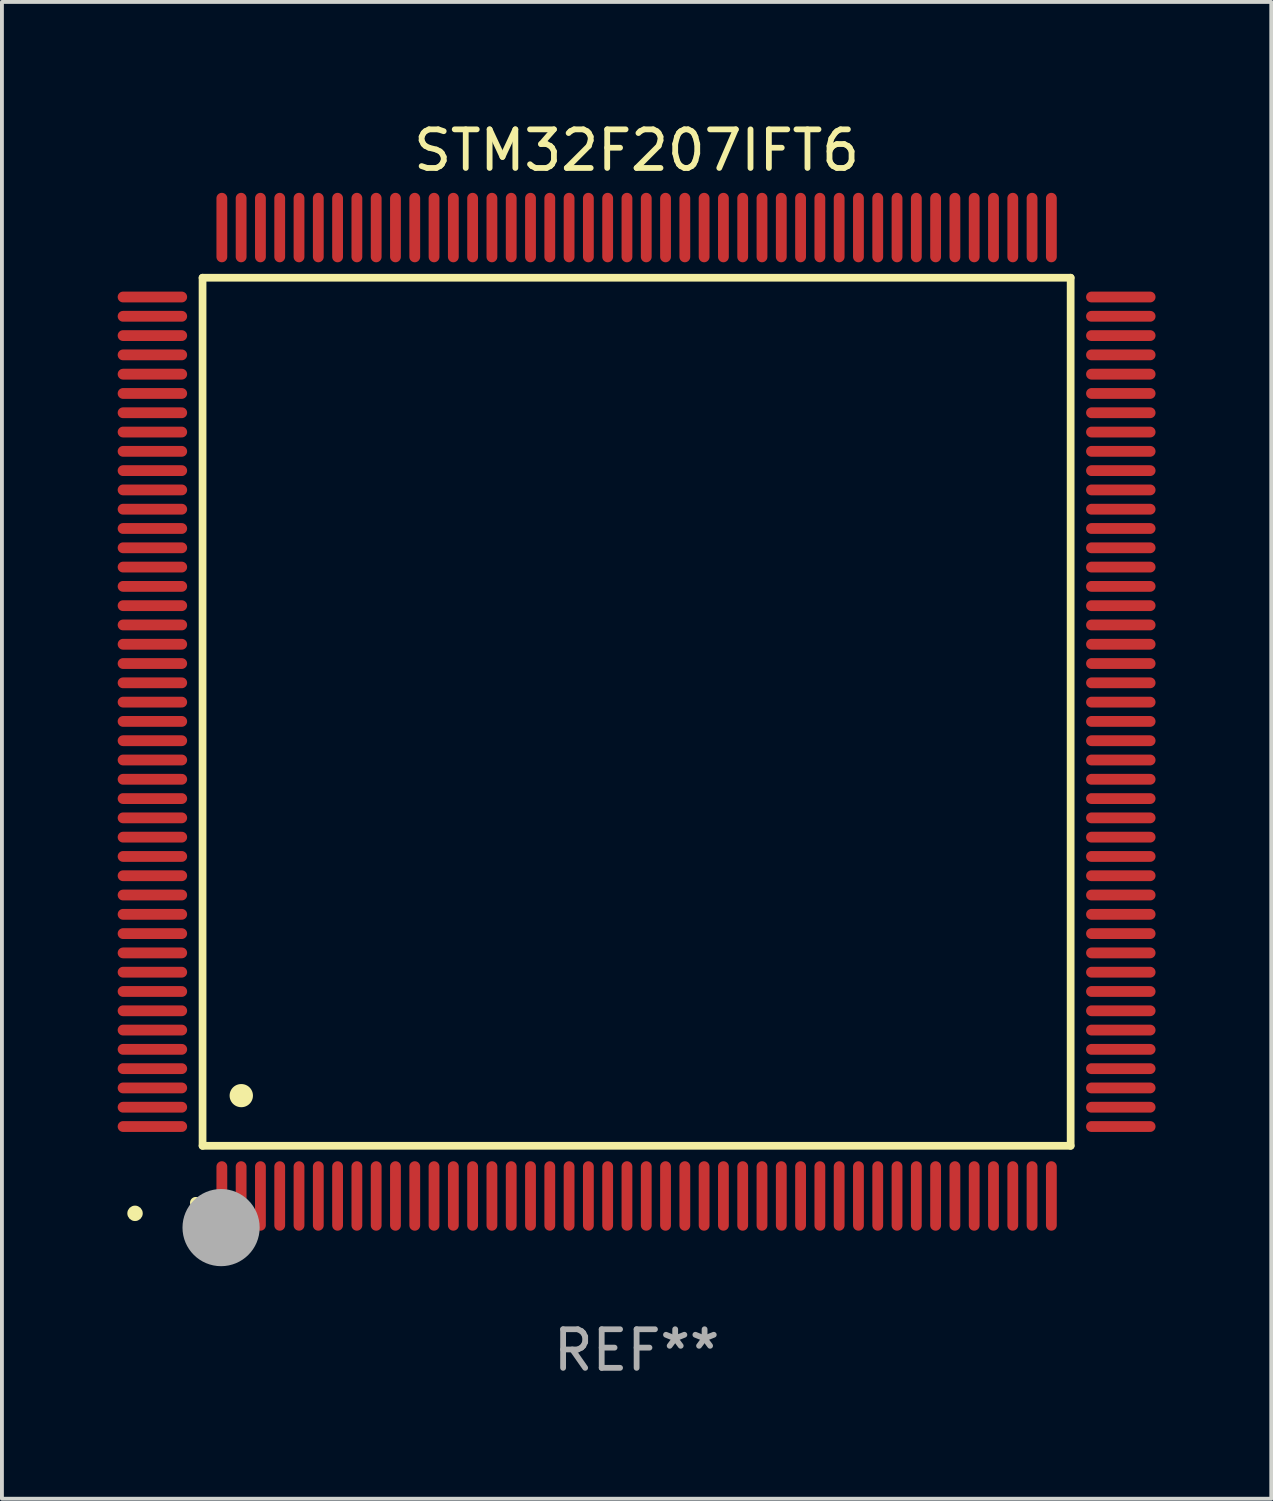
<source format=kicad_pcb>
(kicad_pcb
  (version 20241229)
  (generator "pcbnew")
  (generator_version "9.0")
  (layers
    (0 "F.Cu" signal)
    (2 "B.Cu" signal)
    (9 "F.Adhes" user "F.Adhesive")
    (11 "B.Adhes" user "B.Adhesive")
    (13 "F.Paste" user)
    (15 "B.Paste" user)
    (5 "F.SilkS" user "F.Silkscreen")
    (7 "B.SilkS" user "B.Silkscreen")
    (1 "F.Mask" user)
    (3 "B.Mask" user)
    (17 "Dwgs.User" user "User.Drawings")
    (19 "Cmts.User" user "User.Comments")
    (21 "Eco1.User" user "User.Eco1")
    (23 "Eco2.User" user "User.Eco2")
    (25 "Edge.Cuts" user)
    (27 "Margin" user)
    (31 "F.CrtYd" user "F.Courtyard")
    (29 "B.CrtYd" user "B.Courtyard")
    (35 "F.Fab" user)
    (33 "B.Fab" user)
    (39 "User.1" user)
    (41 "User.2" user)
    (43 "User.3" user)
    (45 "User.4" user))
  (footprint "STM32F207IFT6"
    (layer "F.Cu")
    (at 13.45 15.398)
    (property "Reference" "STM32F207IFT6" (at 0 -14.55 0) (layer "F.SilkS") (effects (font (size 1 1) (thickness 0.15))))
    (attr through_hole)
    (fp_line (start -11.25 -11.25) (end 11.25 -11.25) (stroke (width 0.2) (type solid)) (layer "F.SilkS"))
    (fp_line (start -11.25 11.25) (end -11.25 -11.25) (stroke (width 0.2) (type solid)) (layer "F.SilkS"))
    (fp_line (start 11.25 -11.25) (end 11.25 11.25) (stroke (width 0.2) (type solid)) (layer "F.SilkS"))
    (fp_line (start 11.25 11.25) (end -11.25 11.25) (stroke (width 0.2) (type solid)) (layer "F.SilkS"))
    (fp_arc (start -11.424943 12.725425) (mid -11.423673 12.72542) (end -11.422403 12.725425) (stroke (width 0.3) (type solid)) (layer "F.SilkS"))
    (fp_arc (start -10.24892 9.9492) (mid -10.24638 9.949189) (end -10.24384 9.9492) (stroke (width 0.6) (type solid)) (layer "F.SilkS"))
    (fp_circle (center -13 13) (end -12.9 13) (stroke (width 0.2) (type solid)) (fill no) (layer "F.SilkS"))
    (fp_circle (center -10.77 13.37) (end -10.27 13.37) (stroke (width 1) (type solid)) (fill no) (layer "F.Fab"))
    (fp_text user "REF**" (at 0 16.55 0) (layer "F.Fab") (effects (font (size 1 1) (thickness 0.15))))
    (pad "1" smd oval (at -10.75 12.55) (size 0.28 1.8) (layers "F.Cu" "F.Mask" "F.Paste"))
    (pad "2" smd oval (at -10.25 12.55) (size 0.28 1.8) (layers "F.Cu" "F.Mask" "F.Paste"))
    (pad "3" smd oval (at -9.75 12.55) (size 0.28 1.8) (layers "F.Cu" "F.Mask" "F.Paste"))
    (pad "4" smd oval (at -9.25 12.55) (size 0.28 1.8) (layers "F.Cu" "F.Mask" "F.Paste"))
    (pad "5" smd oval (at -8.75 12.55) (size 0.28 1.8) (layers "F.Cu" "F.Mask" "F.Paste"))
    (pad "6" smd oval (at -8.25 12.55) (size 0.28 1.8) (layers "F.Cu" "F.Mask" "F.Paste"))
    (pad "7" smd oval (at -7.75 12.55) (size 0.28 1.8) (layers "F.Cu" "F.Mask" "F.Paste"))
    (pad "8" smd oval (at -7.25 12.55) (size 0.28 1.8) (layers "F.Cu" "F.Mask" "F.Paste"))
    (pad "9" smd oval (at -6.75 12.55) (size 0.28 1.8) (layers "F.Cu" "F.Mask" "F.Paste"))
    (pad "10" smd oval (at -6.25 12.55) (size 0.28 1.8) (layers "F.Cu" "F.Mask" "F.Paste"))
    (pad "11" smd oval (at -5.75 12.55) (size 0.28 1.8) (layers "F.Cu" "F.Mask" "F.Paste"))
    (pad "12" smd oval (at -5.25 12.55) (size 0.28 1.8) (layers "F.Cu" "F.Mask" "F.Paste"))
    (pad "13" smd oval (at -4.75 12.55) (size 0.28 1.8) (layers "F.Cu" "F.Mask" "F.Paste"))
    (pad "14" smd oval (at -4.25 12.55) (size 0.28 1.8) (layers "F.Cu" "F.Mask" "F.Paste"))
    (pad "15" smd oval (at -3.75 12.55) (size 0.28 1.8) (layers "F.Cu" "F.Mask" "F.Paste"))
    (pad "16" smd oval (at -3.25 12.55) (size 0.28 1.8) (layers "F.Cu" "F.Mask" "F.Paste"))
    (pad "17" smd oval (at -2.75 12.55) (size 0.28 1.8) (layers "F.Cu" "F.Mask" "F.Paste"))
    (pad "18" smd oval (at -2.25 12.55) (size 0.28 1.8) (layers "F.Cu" "F.Mask" "F.Paste"))
    (pad "19" smd oval (at -1.75 12.55) (size 0.28 1.8) (layers "F.Cu" "F.Mask" "F.Paste"))
    (pad "20" smd oval (at -1.25 12.55) (size 0.28 1.8) (layers "F.Cu" "F.Mask" "F.Paste"))
    (pad "21" smd oval (at -0.75 12.55) (size 0.28 1.8) (layers "F.Cu" "F.Mask" "F.Paste"))
    (pad "22" smd oval (at -0.25 12.55) (size 0.28 1.8) (layers "F.Cu" "F.Mask" "F.Paste"))
    (pad "23" smd oval (at 0.25 12.55) (size 0.28 1.8) (layers "F.Cu" "F.Mask" "F.Paste"))
    (pad "24" smd oval (at 0.75 12.55) (size 0.28 1.8) (layers "F.Cu" "F.Mask" "F.Paste"))
    (pad "25" smd oval (at 1.25 12.55) (size 0.28 1.8) (layers "F.Cu" "F.Mask" "F.Paste"))
    (pad "26" smd oval (at 1.75 12.55) (size 0.28 1.8) (layers "F.Cu" "F.Mask" "F.Paste"))
    (pad "27" smd oval (at 2.25 12.55) (size 0.28 1.8) (layers "F.Cu" "F.Mask" "F.Paste"))
    (pad "28" smd oval (at 2.75 12.55) (size 0.28 1.8) (layers "F.Cu" "F.Mask" "F.Paste"))
    (pad "29" smd oval (at 3.25 12.55) (size 0.28 1.8) (layers "F.Cu" "F.Mask" "F.Paste"))
    (pad "30" smd oval (at 3.75 12.55) (size 0.28 1.8) (layers "F.Cu" "F.Mask" "F.Paste"))
    (pad "31" smd oval (at 4.25 12.55) (size 0.28 1.8) (layers "F.Cu" "F.Mask" "F.Paste"))
    (pad "32" smd oval (at 4.75 12.55) (size 0.28 1.8) (layers "F.Cu" "F.Mask" "F.Paste"))
    (pad "33" smd oval (at 5.25 12.55) (size 0.28 1.8) (layers "F.Cu" "F.Mask" "F.Paste"))
    (pad "34" smd oval (at 5.75 12.55) (size 0.28 1.8) (layers "F.Cu" "F.Mask" "F.Paste"))
    (pad "35" smd oval (at 6.25 12.55) (size 0.28 1.8) (layers "F.Cu" "F.Mask" "F.Paste"))
    (pad "36" smd oval (at 6.75 12.55) (size 0.28 1.8) (layers "F.Cu" "F.Mask" "F.Paste"))
    (pad "37" smd oval (at 7.25 12.55) (size 0.28 1.8) (layers "F.Cu" "F.Mask" "F.Paste"))
    (pad "38" smd oval (at 7.75 12.55) (size 0.28 1.8) (layers "F.Cu" "F.Mask" "F.Paste"))
    (pad "39" smd oval (at 8.25 12.55) (size 0.28 1.8) (layers "F.Cu" "F.Mask" "F.Paste"))
    (pad "40" smd oval (at 8.75 12.55) (size 0.28 1.8) (layers "F.Cu" "F.Mask" "F.Paste"))
    (pad "41" smd oval (at 9.25 12.55) (size 0.28 1.8) (layers "F.Cu" "F.Mask" "F.Paste"))
    (pad "42" smd oval (at 9.75 12.55) (size 0.28 1.8) (layers "F.Cu" "F.Mask" "F.Paste"))
    (pad "43" smd oval (at 10.25 12.55) (size 0.28 1.8) (layers "F.Cu" "F.Mask" "F.Paste"))
    (pad "44" smd oval (at 10.75 12.55) (size 0.28 1.8) (layers "F.Cu" "F.Mask" "F.Paste"))
    (pad "45" smd oval (at 12.55 10.75) (size 1.8 0.28) (layers "F.Cu" "F.Mask" "F.Paste"))
    (pad "46" smd oval (at 12.55 10.25) (size 1.8 0.28) (layers "F.Cu" "F.Mask" "F.Paste"))
    (pad "47" smd oval (at 12.55 9.75) (size 1.8 0.28) (layers "F.Cu" "F.Mask" "F.Paste"))
    (pad "48" smd oval (at 12.55 9.25) (size 1.8 0.28) (layers "F.Cu" "F.Mask" "F.Paste"))
    (pad "49" smd oval (at 12.55 8.75) (size 1.8 0.28) (layers "F.Cu" "F.Mask" "F.Paste"))
    (pad "50" smd oval (at 12.55 8.25) (size 1.8 0.28) (layers "F.Cu" "F.Mask" "F.Paste"))
    (pad "51" smd oval (at 12.55 7.75) (size 1.8 0.28) (layers "F.Cu" "F.Mask" "F.Paste"))
    (pad "52" smd oval (at 12.55 7.25) (size 1.8 0.28) (layers "F.Cu" "F.Mask" "F.Paste"))
    (pad "53" smd oval (at 12.55 6.75) (size 1.8 0.28) (layers "F.Cu" "F.Mask" "F.Paste"))
    (pad "54" smd oval (at 12.55 6.25) (size 1.8 0.28) (layers "F.Cu" "F.Mask" "F.Paste"))
    (pad "55" smd oval (at 12.55 5.75) (size 1.8 0.28) (layers "F.Cu" "F.Mask" "F.Paste"))
    (pad "56" smd oval (at 12.55 5.25) (size 1.8 0.28) (layers "F.Cu" "F.Mask" "F.Paste"))
    (pad "57" smd oval (at 12.55 4.75) (size 1.8 0.28) (layers "F.Cu" "F.Mask" "F.Paste"))
    (pad "58" smd oval (at 12.55 4.25) (size 1.8 0.28) (layers "F.Cu" "F.Mask" "F.Paste"))
    (pad "59" smd oval (at 12.55 3.75) (size 1.8 0.28) (layers "F.Cu" "F.Mask" "F.Paste"))
    (pad "60" smd oval (at 12.55 3.25) (size 1.8 0.28) (layers "F.Cu" "F.Mask" "F.Paste"))
    (pad "61" smd oval (at 12.55 2.75) (size 1.8 0.28) (layers "F.Cu" "F.Mask" "F.Paste"))
    (pad "62" smd oval (at 12.55 2.25) (size 1.8 0.28) (layers "F.Cu" "F.Mask" "F.Paste"))
    (pad "63" smd oval (at 12.55 1.75) (size 1.8 0.28) (layers "F.Cu" "F.Mask" "F.Paste"))
    (pad "64" smd oval (at 12.55 1.25) (size 1.8 0.28) (layers "F.Cu" "F.Mask" "F.Paste"))
    (pad "65" smd oval (at 12.55 0.75) (size 1.8 0.28) (layers "F.Cu" "F.Mask" "F.Paste"))
    (pad "66" smd oval (at 12.55 0.25) (size 1.8 0.28) (layers "F.Cu" "F.Mask" "F.Paste"))
    (pad "67" smd oval (at 12.55 -0.25) (size 1.8 0.28) (layers "F.Cu" "F.Mask" "F.Paste"))
    (pad "68" smd oval (at 12.55 -0.75) (size 1.8 0.28) (layers "F.Cu" "F.Mask" "F.Paste"))
    (pad "69" smd oval (at 12.55 -1.25) (size 1.8 0.28) (layers "F.Cu" "F.Mask" "F.Paste"))
    (pad "70" smd oval (at 12.55 -1.75) (size 1.8 0.28) (layers "F.Cu" "F.Mask" "F.Paste"))
    (pad "71" smd oval (at 12.55 -2.25) (size 1.8 0.28) (layers "F.Cu" "F.Mask" "F.Paste"))
    (pad "72" smd oval (at 12.55 -2.75) (size 1.8 0.28) (layers "F.Cu" "F.Mask" "F.Paste"))
    (pad "73" smd oval (at 12.55 -3.25) (size 1.8 0.28) (layers "F.Cu" "F.Mask" "F.Paste"))
    (pad "74" smd oval (at 12.55 -3.75) (size 1.8 0.28) (layers "F.Cu" "F.Mask" "F.Paste"))
    (pad "75" smd oval (at 12.55 -4.25) (size 1.8 0.28) (layers "F.Cu" "F.Mask" "F.Paste"))
    (pad "76" smd oval (at 12.55 -4.75) (size 1.8 0.28) (layers "F.Cu" "F.Mask" "F.Paste"))
    (pad "77" smd oval (at 12.55 -5.25) (size 1.8 0.28) (layers "F.Cu" "F.Mask" "F.Paste"))
    (pad "78" smd oval (at 12.55 -5.75) (size 1.8 0.28) (layers "F.Cu" "F.Mask" "F.Paste"))
    (pad "79" smd oval (at 12.55 -6.25) (size 1.8 0.28) (layers "F.Cu" "F.Mask" "F.Paste"))
    (pad "80" smd oval (at 12.55 -6.75) (size 1.8 0.28) (layers "F.Cu" "F.Mask" "F.Paste"))
    (pad "81" smd oval (at 12.55 -7.25) (size 1.8 0.28) (layers "F.Cu" "F.Mask" "F.Paste"))
    (pad "82" smd oval (at 12.55 -7.75) (size 1.8 0.28) (layers "F.Cu" "F.Mask" "F.Paste"))
    (pad "83" smd oval (at 12.55 -8.25) (size 1.8 0.28) (layers "F.Cu" "F.Mask" "F.Paste"))
    (pad "84" smd oval (at 12.55 -8.75) (size 1.8 0.28) (layers "F.Cu" "F.Mask" "F.Paste"))
    (pad "85" smd oval (at 12.55 -9.25) (size 1.8 0.28) (layers "F.Cu" "F.Mask" "F.Paste"))
    (pad "86" smd oval (at 12.55 -9.75) (size 1.8 0.28) (layers "F.Cu" "F.Mask" "F.Paste"))
    (pad "87" smd oval (at 12.55 -10.25) (size 1.8 0.28) (layers "F.Cu" "F.Mask" "F.Paste"))
    (pad "88" smd oval (at 12.55 -10.75) (size 1.8 0.28) (layers "F.Cu" "F.Mask" "F.Paste"))
    (pad "89" smd oval (at 10.75 -12.55) (size 0.28 1.8) (layers "F.Cu" "F.Mask" "F.Paste"))
    (pad "90" smd oval (at 10.25 -12.55) (size 0.28 1.8) (layers "F.Cu" "F.Mask" "F.Paste"))
    (pad "91" smd oval (at 9.75 -12.55) (size 0.28 1.8) (layers "F.Cu" "F.Mask" "F.Paste"))
    (pad "92" smd oval (at 9.25 -12.55) (size 0.28 1.8) (layers "F.Cu" "F.Mask" "F.Paste"))
    (pad "93" smd oval (at 8.75 -12.55) (size 0.28 1.8) (layers "F.Cu" "F.Mask" "F.Paste"))
    (pad "94" smd oval (at 8.25 -12.55) (size 0.28 1.8) (layers "F.Cu" "F.Mask" "F.Paste"))
    (pad "95" smd oval (at 7.75 -12.55) (size 0.28 1.8) (layers "F.Cu" "F.Mask" "F.Paste"))
    (pad "96" smd oval (at 7.25 -12.55) (size 0.28 1.8) (layers "F.Cu" "F.Mask" "F.Paste"))
    (pad "97" smd oval (at 6.75 -12.55) (size 0.28 1.8) (layers "F.Cu" "F.Mask" "F.Paste"))
    (pad "98" smd oval (at 6.25 -12.55) (size 0.28 1.8) (layers "F.Cu" "F.Mask" "F.Paste"))
    (pad "99" smd oval (at 5.75 -12.55) (size 0.28 1.8) (layers "F.Cu" "F.Mask" "F.Paste"))
    (pad "100" smd oval (at 5.25 -12.55) (size 0.28 1.8) (layers "F.Cu" "F.Mask" "F.Paste"))
    (pad "101" smd oval (at 4.75 -12.55) (size 0.28 1.8) (layers "F.Cu" "F.Mask" "F.Paste"))
    (pad "102" smd oval (at 4.25 -12.55) (size 0.28 1.8) (layers "F.Cu" "F.Mask" "F.Paste"))
    (pad "103" smd oval (at 3.75 -12.55) (size 0.28 1.8) (layers "F.Cu" "F.Mask" "F.Paste"))
    (pad "104" smd oval (at 3.25 -12.55) (size 0.28 1.8) (layers "F.Cu" "F.Mask" "F.Paste"))
    (pad "105" smd oval (at 2.75 -12.55) (size 0.28 1.8) (layers "F.Cu" "F.Mask" "F.Paste"))
    (pad "106" smd oval (at 2.25 -12.55) (size 0.28 1.8) (layers "F.Cu" "F.Mask" "F.Paste"))
    (pad "107" smd oval (at 1.75 -12.55) (size 0.28 1.8) (layers "F.Cu" "F.Mask" "F.Paste"))
    (pad "108" smd oval (at 1.25 -12.55) (size 0.28 1.8) (layers "F.Cu" "F.Mask" "F.Paste"))
    (pad "109" smd oval (at 0.75 -12.55) (size 0.28 1.8) (layers "F.Cu" "F.Mask" "F.Paste"))
    (pad "110" smd oval (at 0.25 -12.55) (size 0.28 1.8) (layers "F.Cu" "F.Mask" "F.Paste"))
    (pad "111" smd oval (at -0.25 -12.55) (size 0.28 1.8) (layers "F.Cu" "F.Mask" "F.Paste"))
    (pad "112" smd oval (at -0.75 -12.55) (size 0.28 1.8) (layers "F.Cu" "F.Mask" "F.Paste"))
    (pad "113" smd oval (at -1.25 -12.55) (size 0.28 1.8) (layers "F.Cu" "F.Mask" "F.Paste"))
    (pad "114" smd oval (at -1.75 -12.55) (size 0.28 1.8) (layers "F.Cu" "F.Mask" "F.Paste"))
    (pad "115" smd oval (at -2.25 -12.55) (size 0.28 1.8) (layers "F.Cu" "F.Mask" "F.Paste"))
    (pad "116" smd oval (at -2.75 -12.55) (size 0.28 1.8) (layers "F.Cu" "F.Mask" "F.Paste"))
    (pad "117" smd oval (at -3.25 -12.55) (size 0.28 1.8) (layers "F.Cu" "F.Mask" "F.Paste"))
    (pad "118" smd oval (at -3.75 -12.55) (size 0.28 1.8) (layers "F.Cu" "F.Mask" "F.Paste"))
    (pad "119" smd oval (at -4.25 -12.55) (size 0.28 1.8) (layers "F.Cu" "F.Mask" "F.Paste"))
    (pad "120" smd oval (at -4.75 -12.55) (size 0.28 1.8) (layers "F.Cu" "F.Mask" "F.Paste"))
    (pad "121" smd oval (at -5.25 -12.55) (size 0.28 1.8) (layers "F.Cu" "F.Mask" "F.Paste"))
    (pad "122" smd oval (at -5.75 -12.55) (size 0.28 1.8) (layers "F.Cu" "F.Mask" "F.Paste"))
    (pad "123" smd oval (at -6.25 -12.55) (size 0.28 1.8) (layers "F.Cu" "F.Mask" "F.Paste"))
    (pad "124" smd oval (at -6.75 -12.55) (size 0.28 1.8) (layers "F.Cu" "F.Mask" "F.Paste"))
    (pad "125" smd oval (at -7.25 -12.55) (size 0.28 1.8) (layers "F.Cu" "F.Mask" "F.Paste"))
    (pad "126" smd oval (at -7.75 -12.55) (size 0.28 1.8) (layers "F.Cu" "F.Mask" "F.Paste"))
    (pad "127" smd oval (at -8.25 -12.55) (size 0.28 1.8) (layers "F.Cu" "F.Mask" "F.Paste"))
    (pad "128" smd oval (at -8.75 -12.55) (size 0.28 1.8) (layers "F.Cu" "F.Mask" "F.Paste"))
    (pad "129" smd oval (at -9.25 -12.55) (size 0.28 1.8) (layers "F.Cu" "F.Mask" "F.Paste"))
    (pad "130" smd oval (at -9.75 -12.55) (size 0.28 1.8) (layers "F.Cu" "F.Mask" "F.Paste"))
    (pad "131" smd oval (at -10.25 -12.55) (size 0.28 1.8) (layers "F.Cu" "F.Mask" "F.Paste"))
    (pad "132" smd oval (at -10.75 -12.55) (size 0.28 1.8) (layers "F.Cu" "F.Mask" "F.Paste"))
    (pad "133" smd oval (at -12.55 -10.75) (size 1.8 0.28) (layers "F.Cu" "F.Mask" "F.Paste"))
    (pad "134" smd oval (at -12.55 -10.25) (size 1.8 0.28) (layers "F.Cu" "F.Mask" "F.Paste"))
    (pad "135" smd oval (at -12.55 -9.75) (size 1.8 0.28) (layers "F.Cu" "F.Mask" "F.Paste"))
    (pad "136" smd oval (at -12.55 -9.25) (size 1.8 0.28) (layers "F.Cu" "F.Mask" "F.Paste"))
    (pad "137" smd oval (at -12.55 -8.75) (size 1.8 0.28) (layers "F.Cu" "F.Mask" "F.Paste"))
    (pad "138" smd oval (at -12.55 -8.25) (size 1.8 0.28) (layers "F.Cu" "F.Mask" "F.Paste"))
    (pad "139" smd oval (at -12.55 -7.75) (size 1.8 0.28) (layers "F.Cu" "F.Mask" "F.Paste"))
    (pad "140" smd oval (at -12.55 -7.25) (size 1.8 0.28) (layers "F.Cu" "F.Mask" "F.Paste"))
    (pad "141" smd oval (at -12.55 -6.75) (size 1.8 0.28) (layers "F.Cu" "F.Mask" "F.Paste"))
    (pad "142" smd oval (at -12.55 -6.25) (size 1.8 0.28) (layers "F.Cu" "F.Mask" "F.Paste"))
    (pad "143" smd oval (at -12.55 -5.75) (size 1.8 0.28) (layers "F.Cu" "F.Mask" "F.Paste"))
    (pad "144" smd oval (at -12.55 -5.25) (size 1.8 0.28) (layers "F.Cu" "F.Mask" "F.Paste"))
    (pad "145" smd oval (at -12.55 -4.75) (size 1.8 0.28) (layers "F.Cu" "F.Mask" "F.Paste"))
    (pad "146" smd oval (at -12.55 -4.25) (size 1.8 0.28) (layers "F.Cu" "F.Mask" "F.Paste"))
    (pad "147" smd oval (at -12.55 -3.75) (size 1.8 0.28) (layers "F.Cu" "F.Mask" "F.Paste"))
    (pad "148" smd oval (at -12.55 -3.25) (size 1.8 0.28) (layers "F.Cu" "F.Mask" "F.Paste"))
    (pad "149" smd oval (at -12.55 -2.75) (size 1.8 0.28) (layers "F.Cu" "F.Mask" "F.Paste"))
    (pad "150" smd oval (at -12.55 -2.25) (size 1.8 0.28) (layers "F.Cu" "F.Mask" "F.Paste"))
    (pad "151" smd oval (at -12.55 -1.75) (size 1.8 0.28) (layers "F.Cu" "F.Mask" "F.Paste"))
    (pad "152" smd oval (at -12.55 -1.25) (size 1.8 0.28) (layers "F.Cu" "F.Mask" "F.Paste"))
    (pad "153" smd oval (at -12.55 -0.75) (size 1.8 0.28) (layers "F.Cu" "F.Mask" "F.Paste"))
    (pad "154" smd oval (at -12.55 -0.25) (size 1.8 0.28) (layers "F.Cu" "F.Mask" "F.Paste"))
    (pad "155" smd oval (at -12.55 0.25) (size 1.8 0.28) (layers "F.Cu" "F.Mask" "F.Paste"))
    (pad "156" smd oval (at -12.55 0.75) (size 1.8 0.28) (layers "F.Cu" "F.Mask" "F.Paste"))
    (pad "157" smd oval (at -12.55 1.25) (size 1.8 0.28) (layers "F.Cu" "F.Mask" "F.Paste"))
    (pad "158" smd oval (at -12.55 1.75) (size 1.8 0.28) (layers "F.Cu" "F.Mask" "F.Paste"))
    (pad "159" smd oval (at -12.55 2.25) (size 1.8 0.28) (layers "F.Cu" "F.Mask" "F.Paste"))
    (pad "160" smd oval (at -12.55 2.75) (size 1.8 0.28) (layers "F.Cu" "F.Mask" "F.Paste"))
    (pad "161" smd oval (at -12.55 3.25) (size 1.8 0.28) (layers "F.Cu" "F.Mask" "F.Paste"))
    (pad "162" smd oval (at -12.55 3.75) (size 1.8 0.28) (layers "F.Cu" "F.Mask" "F.Paste"))
    (pad "163" smd oval (at -12.55 4.25) (size 1.8 0.28) (layers "F.Cu" "F.Mask" "F.Paste"))
    (pad "164" smd oval (at -12.55 4.75) (size 1.8 0.28) (layers "F.Cu" "F.Mask" "F.Paste"))
    (pad "165" smd oval (at -12.55 5.25) (size 1.8 0.28) (layers "F.Cu" "F.Mask" "F.Paste"))
    (pad "166" smd oval (at -12.55 5.75) (size 1.8 0.28) (layers "F.Cu" "F.Mask" "F.Paste"))
    (pad "167" smd oval (at -12.55 6.25) (size 1.8 0.28) (layers "F.Cu" "F.Mask" "F.Paste"))
    (pad "168" smd oval (at -12.55 6.75) (size 1.8 0.28) (layers "F.Cu" "F.Mask" "F.Paste"))
    (pad "169" smd oval (at -12.55 7.25) (size 1.8 0.28) (layers "F.Cu" "F.Mask" "F.Paste"))
    (pad "170" smd oval (at -12.55 7.75) (size 1.8 0.28) (layers "F.Cu" "F.Mask" "F.Paste"))
    (pad "171" smd oval (at -12.55 8.25) (size 1.8 0.28) (layers "F.Cu" "F.Mask" "F.Paste"))
    (pad "172" smd oval (at -12.55 8.75) (size 1.8 0.28) (layers "F.Cu" "F.Mask" "F.Paste"))
    (pad "173" smd oval (at -12.55 9.25) (size 1.8 0.28) (layers "F.Cu" "F.Mask" "F.Paste"))
    (pad "174" smd oval (at -12.55 9.75) (size 1.8 0.28) (layers "F.Cu" "F.Mask" "F.Paste"))
    (pad "175" smd oval (at -12.55 10.25) (size 1.8 0.28) (layers "F.Cu" "F.Mask" "F.Paste"))
    (pad "176" smd oval (at -12.55 10.75) (size 1.8 0.28) (layers "F.Cu" "F.Mask" "F.Paste")))
  (gr_rect
    (start -3 -3)
    (end 29.9 35.796)
    (stroke (width 0.1) (type default))
    (fill no)
    (layer "Edge.Cuts")))
</source>
